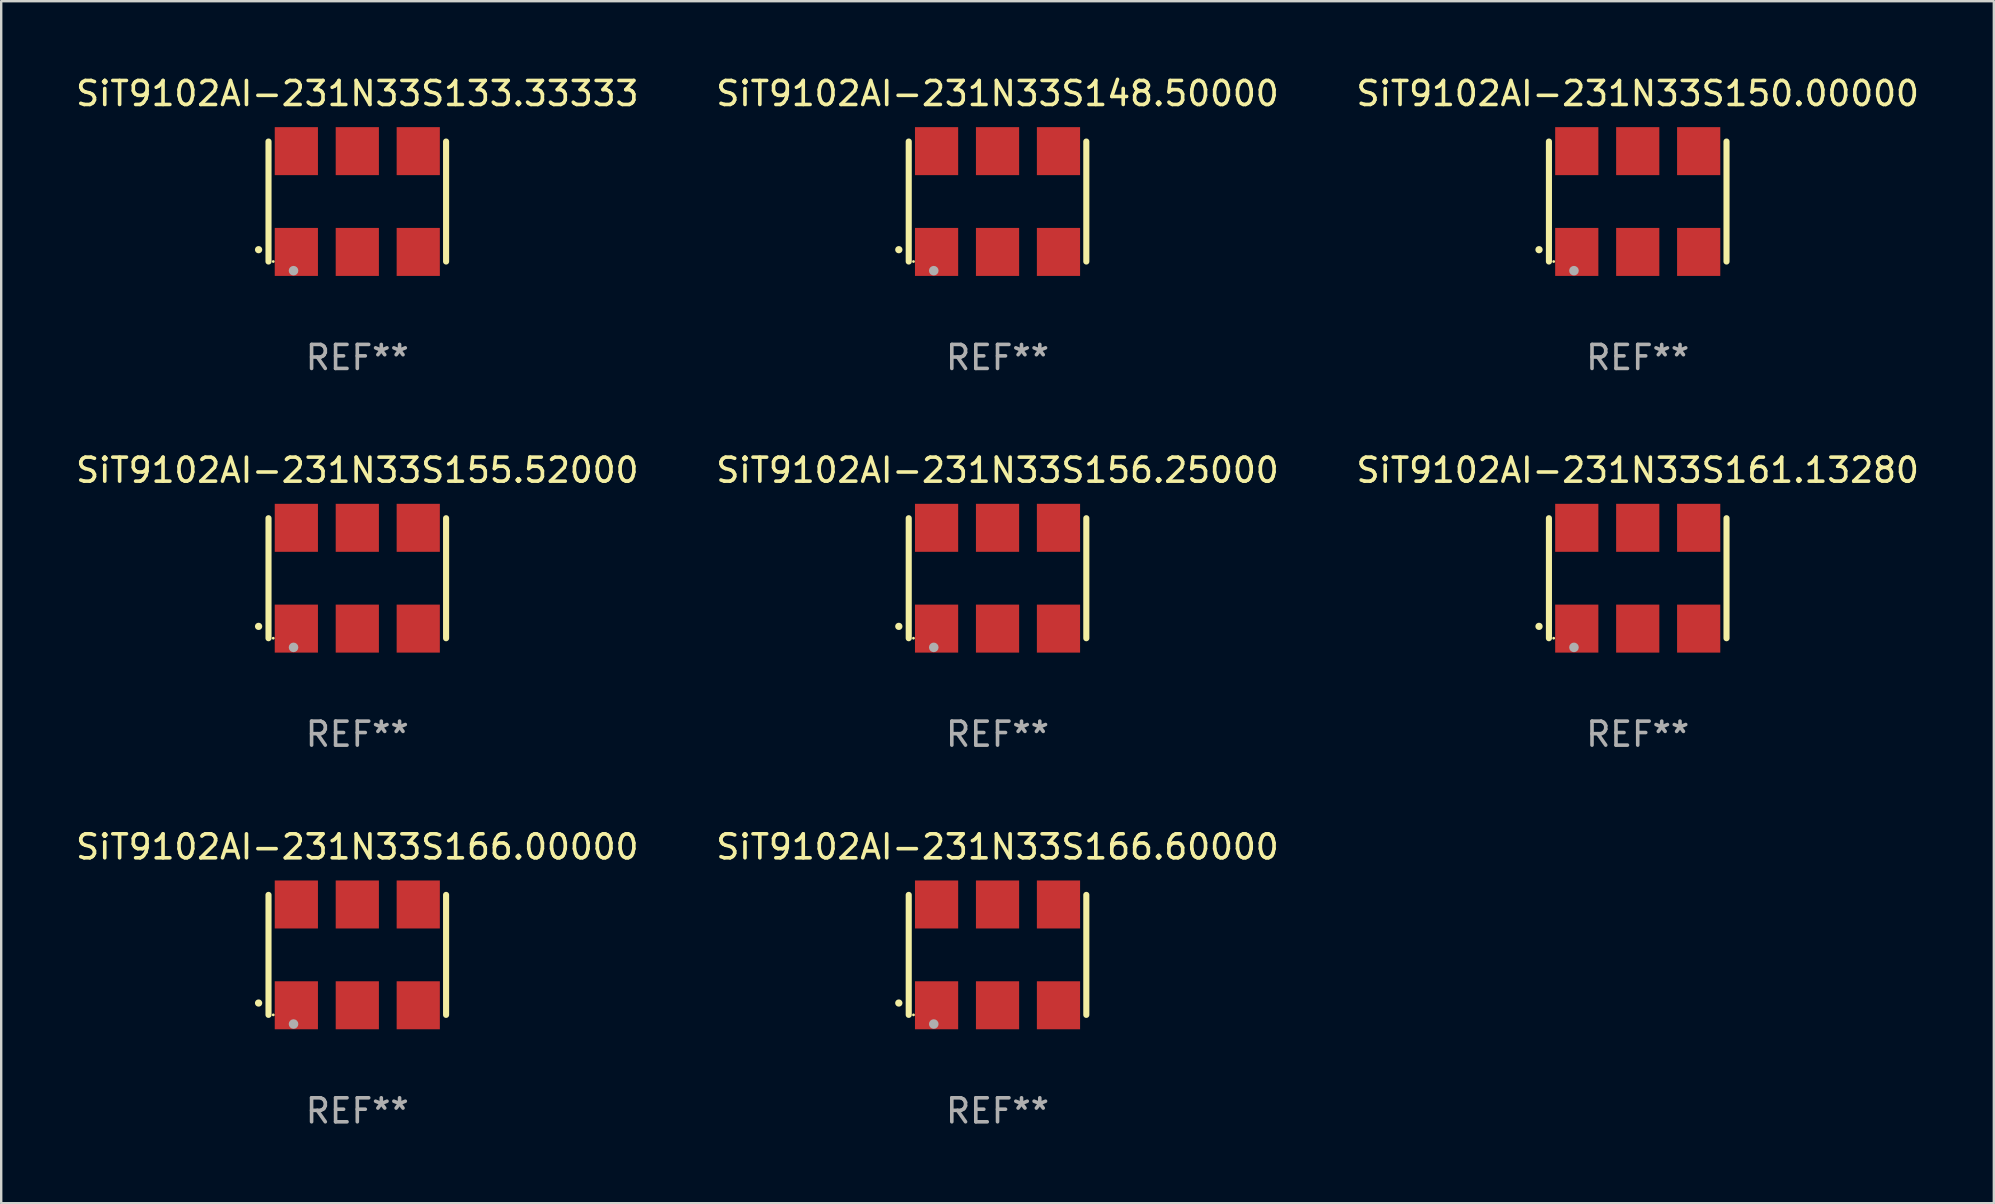
<source format=kicad_pcb>
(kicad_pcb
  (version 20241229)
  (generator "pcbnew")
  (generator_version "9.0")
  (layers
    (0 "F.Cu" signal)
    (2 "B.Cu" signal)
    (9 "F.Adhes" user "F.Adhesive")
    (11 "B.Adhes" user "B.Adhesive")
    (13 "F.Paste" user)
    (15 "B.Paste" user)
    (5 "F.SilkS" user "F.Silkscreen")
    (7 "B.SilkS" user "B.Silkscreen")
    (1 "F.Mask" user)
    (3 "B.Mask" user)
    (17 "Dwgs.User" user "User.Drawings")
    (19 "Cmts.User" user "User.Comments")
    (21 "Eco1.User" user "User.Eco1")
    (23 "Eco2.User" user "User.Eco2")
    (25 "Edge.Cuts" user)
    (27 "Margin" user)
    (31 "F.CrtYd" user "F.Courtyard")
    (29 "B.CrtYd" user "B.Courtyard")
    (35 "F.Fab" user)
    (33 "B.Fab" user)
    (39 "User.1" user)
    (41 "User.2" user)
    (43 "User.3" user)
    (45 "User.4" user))
  (footprint "SiT9102AI-231N33S166.60000"
    (layer "F.Cu")
    (at 38.518 36.741)
    (property "Reference" "SiT9102AI-231N33S166.60000" (at 0 -4.5 0) (layer "F.SilkS") (effects (font (size 1 1) (thickness 0.15))))
    (attr through_hole)
    (fp_line (start -3.7 -2.5) (end -3.7 2.5) (stroke (width 0.254) (type solid)) (layer "F.SilkS"))
    (fp_line (start 3.7 -2.5) (end 3.7 2.5) (stroke (width 0.254) (type solid)) (layer "F.SilkS"))
    (fp_arc (start -4.114415 2.006604) (mid -4.113145 2.006599) (end -4.111875 2.006604) (stroke (width 0.3) (type solid)) (layer "F.SilkS"))
    (fp_circle (center -3.502 2.5) (end -3.472 2.5) (stroke (width 0.06) (type solid)) (fill no) (layer "F.SilkS"))
    (fp_circle (center -2.657 2.882) (end -2.557 2.882) (stroke (width 0.2) (type solid)) (fill no) (layer "F.Fab"))
    (fp_text user "REF**" (at 0 6.5 0) (layer "F.Fab") (effects (font (size 1 1) (thickness 0.15))))
    (pad "1" smd rect (at -2.54 2.1) (size 1.8 2) (layers "F.Cu" "F.Mask" "F.Paste"))
    (pad "2" smd rect (at 0.000394 2.1) (size 1.8 2) (layers "F.Cu" "F.Mask" "F.Paste"))
    (pad "3" smd rect (at 2.54 2.1) (size 1.8 2) (layers "F.Cu" "F.Mask" "F.Paste"))
    (pad "4" smd rect (at 2.54 -2.1) (size 1.8 2) (layers "F.Cu" "F.Mask" "F.Paste"))
    (pad "5" smd rect (at 0.000394 -2.1) (size 1.8 2) (layers "F.Cu" "F.Mask" "F.Paste"))
    (pad "6" smd rect (at -2.54 -2.1) (size 1.8 2) (layers "F.Cu" "F.Mask" "F.Paste")))
  (footprint "SiT9102AI-231N33S161.13280"
    (layer "F.Cu")
    (at 65.196 21.045)
    (property "Reference" "SiT9102AI-231N33S161.13280" (at 0 -4.5 0) (layer "F.SilkS") (effects (font (size 1 1) (thickness 0.15))))
    (attr through_hole)
    (fp_line (start -3.7 -2.5) (end -3.7 2.5) (stroke (width 0.254) (type solid)) (layer "F.SilkS"))
    (fp_line (start 3.7 -2.5) (end 3.7 2.5) (stroke (width 0.254) (type solid)) (layer "F.SilkS"))
    (fp_arc (start -4.114415 2.006604) (mid -4.113145 2.006599) (end -4.111875 2.006604) (stroke (width 0.3) (type solid)) (layer "F.SilkS"))
    (fp_circle (center -3.502 2.5) (end -3.472 2.5) (stroke (width 0.06) (type solid)) (fill no) (layer "F.SilkS"))
    (fp_circle (center -2.657 2.882) (end -2.557 2.882) (stroke (width 0.2) (type solid)) (fill no) (layer "F.Fab"))
    (fp_text user "REF**" (at 0 6.5 0) (layer "F.Fab") (effects (font (size 1 1) (thickness 0.15))))
    (pad "1" smd rect (at -2.54 2.1) (size 1.8 2) (layers "F.Cu" "F.Mask" "F.Paste"))
    (pad "2" smd rect (at 0.000394 2.1) (size 1.8 2) (layers "F.Cu" "F.Mask" "F.Paste"))
    (pad "3" smd rect (at 2.54 2.1) (size 1.8 2) (layers "F.Cu" "F.Mask" "F.Paste"))
    (pad "4" smd rect (at 2.54 -2.1) (size 1.8 2) (layers "F.Cu" "F.Mask" "F.Paste"))
    (pad "5" smd rect (at 0.000394 -2.1) (size 1.8 2) (layers "F.Cu" "F.Mask" "F.Paste"))
    (pad "6" smd rect (at -2.54 -2.1) (size 1.8 2) (layers "F.Cu" "F.Mask" "F.Paste")))
  (footprint "SiT9102AI-231N33S150.00000"
    (layer "F.Cu")
    (at 65.196 5.348)
    (property "Reference" "SiT9102AI-231N33S150.00000" (at 0 -4.5 0) (layer "F.SilkS") (effects (font (size 1 1) (thickness 0.15))))
    (attr through_hole)
    (fp_line (start -3.7 -2.5) (end -3.7 2.5) (stroke (width 0.254) (type solid)) (layer "F.SilkS"))
    (fp_line (start 3.7 -2.5) (end 3.7 2.5) (stroke (width 0.254) (type solid)) (layer "F.SilkS"))
    (fp_arc (start -4.114415 2.006604) (mid -4.113145 2.006599) (end -4.111875 2.006604) (stroke (width 0.3) (type solid)) (layer "F.SilkS"))
    (fp_circle (center -3.502 2.5) (end -3.472 2.5) (stroke (width 0.06) (type solid)) (fill no) (layer "F.SilkS"))
    (fp_circle (center -2.657 2.882) (end -2.557 2.882) (stroke (width 0.2) (type solid)) (fill no) (layer "F.Fab"))
    (fp_text user "REF**" (at 0 6.5 0) (layer "F.Fab") (effects (font (size 1 1) (thickness 0.15))))
    (pad "1" smd rect (at -2.54 2.1) (size 1.8 2) (layers "F.Cu" "F.Mask" "F.Paste"))
    (pad "2" smd rect (at 0.000394 2.1) (size 1.8 2) (layers "F.Cu" "F.Mask" "F.Paste"))
    (pad "3" smd rect (at 2.54 2.1) (size 1.8 2) (layers "F.Cu" "F.Mask" "F.Paste"))
    (pad "4" smd rect (at 2.54 -2.1) (size 1.8 2) (layers "F.Cu" "F.Mask" "F.Paste"))
    (pad "5" smd rect (at 0.000394 -2.1) (size 1.8 2) (layers "F.Cu" "F.Mask" "F.Paste"))
    (pad "6" smd rect (at -2.54 -2.1) (size 1.8 2) (layers "F.Cu" "F.Mask" "F.Paste")))
  (footprint "SiT9102AI-231N33S166.00000"
    (layer "F.Cu")
    (at 11.839 36.741)
    (property "Reference" "SiT9102AI-231N33S166.00000" (at 0 -4.5 0) (layer "F.SilkS") (effects (font (size 1 1) (thickness 0.15))))
    (attr through_hole)
    (fp_line (start -3.7 -2.5) (end -3.7 2.5) (stroke (width 0.254) (type solid)) (layer "F.SilkS"))
    (fp_line (start 3.7 -2.5) (end 3.7 2.5) (stroke (width 0.254) (type solid)) (layer "F.SilkS"))
    (fp_arc (start -4.114415 2.006604) (mid -4.113145 2.006599) (end -4.111875 2.006604) (stroke (width 0.3) (type solid)) (layer "F.SilkS"))
    (fp_circle (center -3.502 2.5) (end -3.472 2.5) (stroke (width 0.06) (type solid)) (fill no) (layer "F.SilkS"))
    (fp_circle (center -2.657 2.882) (end -2.557 2.882) (stroke (width 0.2) (type solid)) (fill no) (layer "F.Fab"))
    (fp_text user "REF**" (at 0 6.5 0) (layer "F.Fab") (effects (font (size 1 1) (thickness 0.15))))
    (pad "1" smd rect (at -2.54 2.1) (size 1.8 2) (layers "F.Cu" "F.Mask" "F.Paste"))
    (pad "2" smd rect (at 0.000394 2.1) (size 1.8 2) (layers "F.Cu" "F.Mask" "F.Paste"))
    (pad "3" smd rect (at 2.54 2.1) (size 1.8 2) (layers "F.Cu" "F.Mask" "F.Paste"))
    (pad "4" smd rect (at 2.54 -2.1) (size 1.8 2) (layers "F.Cu" "F.Mask" "F.Paste"))
    (pad "5" smd rect (at 0.000394 -2.1) (size 1.8 2) (layers "F.Cu" "F.Mask" "F.Paste"))
    (pad "6" smd rect (at -2.54 -2.1) (size 1.8 2) (layers "F.Cu" "F.Mask" "F.Paste")))
  (footprint "SiT9102AI-231N33S156.25000"
    (layer "F.Cu")
    (at 38.518 21.045)
    (property "Reference" "SiT9102AI-231N33S156.25000" (at 0 -4.5 0) (layer "F.SilkS") (effects (font (size 1 1) (thickness 0.15))))
    (attr through_hole)
    (fp_line (start -3.7 -2.5) (end -3.7 2.5) (stroke (width 0.254) (type solid)) (layer "F.SilkS"))
    (fp_line (start 3.7 -2.5) (end 3.7 2.5) (stroke (width 0.254) (type solid)) (layer "F.SilkS"))
    (fp_arc (start -4.114415 2.006604) (mid -4.113145 2.006599) (end -4.111875 2.006604) (stroke (width 0.3) (type solid)) (layer "F.SilkS"))
    (fp_circle (center -3.502 2.5) (end -3.472 2.5) (stroke (width 0.06) (type solid)) (fill no) (layer "F.SilkS"))
    (fp_circle (center -2.657 2.882) (end -2.557 2.882) (stroke (width 0.2) (type solid)) (fill no) (layer "F.Fab"))
    (fp_text user "REF**" (at 0 6.5 0) (layer "F.Fab") (effects (font (size 1 1) (thickness 0.15))))
    (pad "1" smd rect (at -2.54 2.1) (size 1.8 2) (layers "F.Cu" "F.Mask" "F.Paste"))
    (pad "2" smd rect (at 0.000394 2.1) (size 1.8 2) (layers "F.Cu" "F.Mask" "F.Paste"))
    (pad "3" smd rect (at 2.54 2.1) (size 1.8 2) (layers "F.Cu" "F.Mask" "F.Paste"))
    (pad "4" smd rect (at 2.54 -2.1) (size 1.8 2) (layers "F.Cu" "F.Mask" "F.Paste"))
    (pad "5" smd rect (at 0.000394 -2.1) (size 1.8 2) (layers "F.Cu" "F.Mask" "F.Paste"))
    (pad "6" smd rect (at -2.54 -2.1) (size 1.8 2) (layers "F.Cu" "F.Mask" "F.Paste")))
  (footprint "SiT9102AI-231N33S148.50000"
    (layer "F.Cu")
    (at 38.518 5.348)
    (property "Reference" "SiT9102AI-231N33S148.50000" (at 0 -4.5 0) (layer "F.SilkS") (effects (font (size 1 1) (thickness 0.15))))
    (attr through_hole)
    (fp_line (start -3.7 -2.5) (end -3.7 2.5) (stroke (width 0.254) (type solid)) (layer "F.SilkS"))
    (fp_line (start 3.7 -2.5) (end 3.7 2.5) (stroke (width 0.254) (type solid)) (layer "F.SilkS"))
    (fp_arc (start -4.114415 2.006604) (mid -4.113145 2.006599) (end -4.111875 2.006604) (stroke (width 0.3) (type solid)) (layer "F.SilkS"))
    (fp_circle (center -3.502 2.5) (end -3.472 2.5) (stroke (width 0.06) (type solid)) (fill no) (layer "F.SilkS"))
    (fp_circle (center -2.657 2.882) (end -2.557 2.882) (stroke (width 0.2) (type solid)) (fill no) (layer "F.Fab"))
    (fp_text user "REF**" (at 0 6.5 0) (layer "F.Fab") (effects (font (size 1 1) (thickness 0.15))))
    (pad "1" smd rect (at -2.54 2.1) (size 1.8 2) (layers "F.Cu" "F.Mask" "F.Paste"))
    (pad "2" smd rect (at 0.000394 2.1) (size 1.8 2) (layers "F.Cu" "F.Mask" "F.Paste"))
    (pad "3" smd rect (at 2.54 2.1) (size 1.8 2) (layers "F.Cu" "F.Mask" "F.Paste"))
    (pad "4" smd rect (at 2.54 -2.1) (size 1.8 2) (layers "F.Cu" "F.Mask" "F.Paste"))
    (pad "5" smd rect (at 0.000394 -2.1) (size 1.8 2) (layers "F.Cu" "F.Mask" "F.Paste"))
    (pad "6" smd rect (at -2.54 -2.1) (size 1.8 2) (layers "F.Cu" "F.Mask" "F.Paste")))
  (footprint "SiT9102AI-231N33S133.33333"
    (layer "F.Cu")
    (at 11.839 5.348)
    (property "Reference" "SiT9102AI-231N33S133.33333" (at 0 -4.5 0) (layer "F.SilkS") (effects (font (size 1 1) (thickness 0.15))))
    (attr through_hole)
    (fp_line (start -3.7 -2.5) (end -3.7 2.5) (stroke (width 0.254) (type solid)) (layer "F.SilkS"))
    (fp_line (start 3.7 -2.5) (end 3.7 2.5) (stroke (width 0.254) (type solid)) (layer "F.SilkS"))
    (fp_arc (start -4.114415 2.006604) (mid -4.113145 2.006599) (end -4.111875 2.006604) (stroke (width 0.3) (type solid)) (layer "F.SilkS"))
    (fp_circle (center -3.502 2.5) (end -3.472 2.5) (stroke (width 0.06) (type solid)) (fill no) (layer "F.SilkS"))
    (fp_circle (center -2.657 2.882) (end -2.557 2.882) (stroke (width 0.2) (type solid)) (fill no) (layer "F.Fab"))
    (fp_text user "REF**" (at 0 6.5 0) (layer "F.Fab") (effects (font (size 1 1) (thickness 0.15))))
    (pad "1" smd rect (at -2.54 2.1) (size 1.8 2) (layers "F.Cu" "F.Mask" "F.Paste"))
    (pad "2" smd rect (at 0.000394 2.1) (size 1.8 2) (layers "F.Cu" "F.Mask" "F.Paste"))
    (pad "3" smd rect (at 2.54 2.1) (size 1.8 2) (layers "F.Cu" "F.Mask" "F.Paste"))
    (pad "4" smd rect (at 2.54 -2.1) (size 1.8 2) (layers "F.Cu" "F.Mask" "F.Paste"))
    (pad "5" smd rect (at 0.000394 -2.1) (size 1.8 2) (layers "F.Cu" "F.Mask" "F.Paste"))
    (pad "6" smd rect (at -2.54 -2.1) (size 1.8 2) (layers "F.Cu" "F.Mask" "F.Paste")))
  (footprint "SiT9102AI-231N33S155.52000"
    (layer "F.Cu")
    (at 11.839 21.045)
    (property "Reference" "SiT9102AI-231N33S155.52000" (at 0 -4.5 0) (layer "F.SilkS") (effects (font (size 1 1) (thickness 0.15))))
    (attr through_hole)
    (fp_line (start -3.7 -2.5) (end -3.7 2.5) (stroke (width 0.254) (type solid)) (layer "F.SilkS"))
    (fp_line (start 3.7 -2.5) (end 3.7 2.5) (stroke (width 0.254) (type solid)) (layer "F.SilkS"))
    (fp_arc (start -4.114415 2.006604) (mid -4.113145 2.006599) (end -4.111875 2.006604) (stroke (width 0.3) (type solid)) (layer "F.SilkS"))
    (fp_circle (center -3.502 2.5) (end -3.472 2.5) (stroke (width 0.06) (type solid)) (fill no) (layer "F.SilkS"))
    (fp_circle (center -2.657 2.882) (end -2.557 2.882) (stroke (width 0.2) (type solid)) (fill no) (layer "F.Fab"))
    (fp_text user "REF**" (at 0 6.5 0) (layer "F.Fab") (effects (font (size 1 1) (thickness 0.15))))
    (pad "1" smd rect (at -2.54 2.1) (size 1.8 2) (layers "F.Cu" "F.Mask" "F.Paste"))
    (pad "2" smd rect (at 0.000394 2.1) (size 1.8 2) (layers "F.Cu" "F.Mask" "F.Paste"))
    (pad "3" smd rect (at 2.54 2.1) (size 1.8 2) (layers "F.Cu" "F.Mask" "F.Paste"))
    (pad "4" smd rect (at 2.54 -2.1) (size 1.8 2) (layers "F.Cu" "F.Mask" "F.Paste"))
    (pad "5" smd rect (at 0.000394 -2.1) (size 1.8 2) (layers "F.Cu" "F.Mask" "F.Paste"))
    (pad "6" smd rect (at -2.54 -2.1) (size 1.8 2) (layers "F.Cu" "F.Mask" "F.Paste")))
  (gr_rect
    (start -3 -3)
    (end 80.036 47.09)
    (stroke (width 0.1) (type default))
    (fill no)
    (layer "Edge.Cuts")))
</source>
